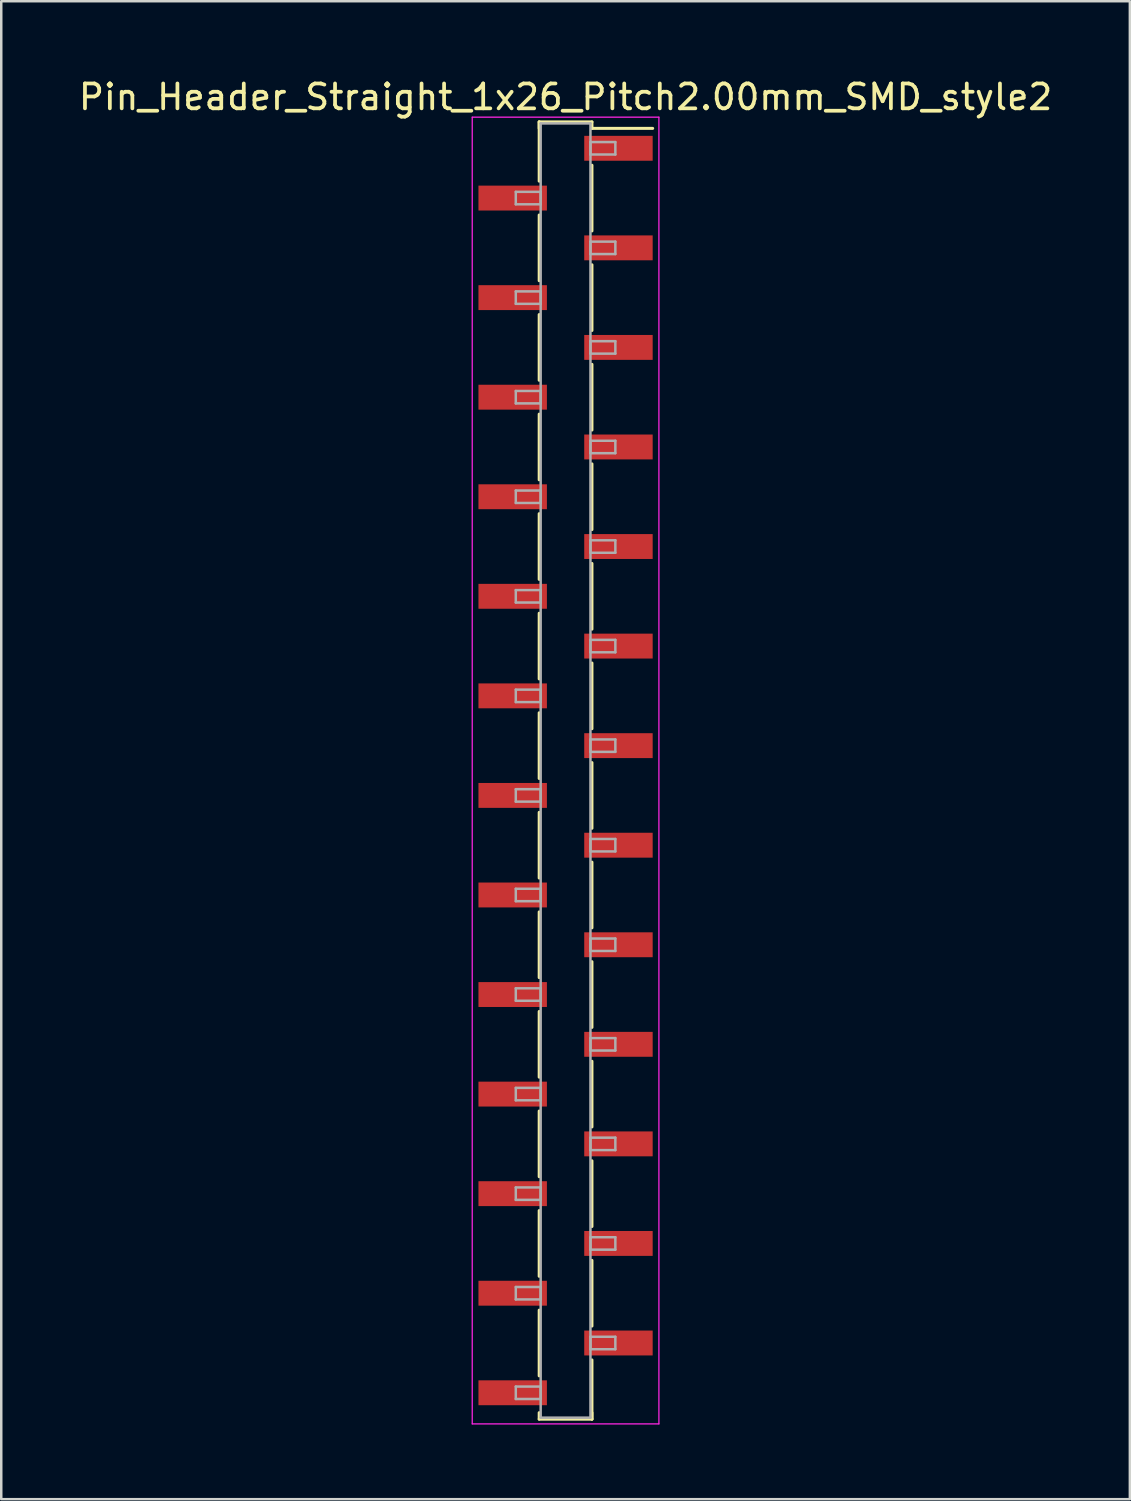
<source format=kicad_pcb>
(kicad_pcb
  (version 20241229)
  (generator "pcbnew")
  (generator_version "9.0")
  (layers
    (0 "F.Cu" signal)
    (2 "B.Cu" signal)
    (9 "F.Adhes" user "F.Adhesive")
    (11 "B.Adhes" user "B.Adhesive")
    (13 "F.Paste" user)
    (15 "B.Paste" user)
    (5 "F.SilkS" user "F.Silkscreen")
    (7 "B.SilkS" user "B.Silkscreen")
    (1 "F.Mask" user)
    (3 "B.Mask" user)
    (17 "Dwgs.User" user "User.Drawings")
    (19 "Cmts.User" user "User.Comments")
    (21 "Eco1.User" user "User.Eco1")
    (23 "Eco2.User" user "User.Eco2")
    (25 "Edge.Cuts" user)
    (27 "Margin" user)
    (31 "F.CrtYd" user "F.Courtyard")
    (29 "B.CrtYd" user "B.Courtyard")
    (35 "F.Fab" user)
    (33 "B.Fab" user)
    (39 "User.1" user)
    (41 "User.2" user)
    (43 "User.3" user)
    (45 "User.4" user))
  (footprint "Pin_Header_Straight_1x26_Pitch2.00mm_SMD_style2"
    (layer "F.Cu")
    (at 19.673 27.908)
    (property "Reference" "Pin_Header_Straight_1x26_Pitch2.00mm_SMD_style2" (at 0 -27.06 0) (layer "F.SilkS") (effects (font (size 1 1) (thickness 0.15))))
    (attr smd)
    (fp_line (start -1.06 -26.06) (end -1.06 -23.68) (stroke (width 0.12) (type solid)) (layer "F.SilkS"))
    (fp_line (start -1.06 -26.06) (end 1.06 -26.06) (stroke (width 0.12) (type solid)) (layer "F.SilkS"))
    (fp_line (start -1.06 -25.8) (end -1.06 -26.06) (stroke (width 0.12) (type solid)) (layer "F.SilkS"))
    (fp_line (start -1.06 -22.32) (end -1.06 -19.68) (stroke (width 0.12) (type solid)) (layer "F.SilkS"))
    (fp_line (start -1.06 -18.32) (end -1.06 -15.68) (stroke (width 0.12) (type solid)) (layer "F.SilkS"))
    (fp_line (start -1.06 -14.32) (end -1.06 -11.68) (stroke (width 0.12) (type solid)) (layer "F.SilkS"))
    (fp_line (start -1.06 -10.32) (end -1.06 -7.68) (stroke (width 0.12) (type solid)) (layer "F.SilkS"))
    (fp_line (start -1.06 -6.32) (end -1.06 -3.68) (stroke (width 0.12) (type solid)) (layer "F.SilkS"))
    (fp_line (start -1.06 -2.32) (end -1.06 0.32) (stroke (width 0.12) (type solid)) (layer "F.SilkS"))
    (fp_line (start -1.06 1.68) (end -1.06 4.32) (stroke (width 0.12) (type solid)) (layer "F.SilkS"))
    (fp_line (start -1.06 5.68) (end -1.06 8.32) (stroke (width 0.12) (type solid)) (layer "F.SilkS"))
    (fp_line (start -1.06 9.68) (end -1.06 12.32) (stroke (width 0.12) (type solid)) (layer "F.SilkS"))
    (fp_line (start -1.06 13.68) (end -1.06 16.32) (stroke (width 0.12) (type solid)) (layer "F.SilkS"))
    (fp_line (start -1.06 17.68) (end -1.06 20.32) (stroke (width 0.12) (type solid)) (layer "F.SilkS"))
    (fp_line (start -1.06 21.68) (end -1.06 24.32) (stroke (width 0.12) (type solid)) (layer "F.SilkS"))
    (fp_line (start -1.06 25.8) (end -1.06 26.06) (stroke (width 0.12) (type solid)) (layer "F.SilkS"))
    (fp_line (start -1.06 26.06) (end 1.06 26.06) (stroke (width 0.12) (type solid)) (layer "F.SilkS"))
    (fp_line (start 1.06 -26.06) (end 1.06 -25.8) (stroke (width 0.12) (type solid)) (layer "F.SilkS"))
    (fp_line (start 1.06 -25.8) (end 3.5 -25.8) (stroke (width 0.12) (type solid)) (layer "F.SilkS"))
    (fp_line (start 1.06 -24.32) (end 1.06 -21.68) (stroke (width 0.12) (type solid)) (layer "F.SilkS"))
    (fp_line (start 1.06 -20.32) (end 1.06 -17.68) (stroke (width 0.12) (type solid)) (layer "F.SilkS"))
    (fp_line (start 1.06 -16.32) (end 1.06 -13.68) (stroke (width 0.12) (type solid)) (layer "F.SilkS"))
    (fp_line (start 1.06 -12.32) (end 1.06 -9.68) (stroke (width 0.12) (type solid)) (layer "F.SilkS"))
    (fp_line (start 1.06 -8.32) (end 1.06 -5.68) (stroke (width 0.12) (type solid)) (layer "F.SilkS"))
    (fp_line (start 1.06 -4.32) (end 1.06 -1.68) (stroke (width 0.12) (type solid)) (layer "F.SilkS"))
    (fp_line (start 1.06 -0.32) (end 1.06 2.32) (stroke (width 0.12) (type solid)) (layer "F.SilkS"))
    (fp_line (start 1.06 3.68) (end 1.06 6.32) (stroke (width 0.12) (type solid)) (layer "F.SilkS"))
    (fp_line (start 1.06 7.68) (end 1.06 10.32) (stroke (width 0.12) (type solid)) (layer "F.SilkS"))
    (fp_line (start 1.06 11.68) (end 1.06 14.32) (stroke (width 0.12) (type solid)) (layer "F.SilkS"))
    (fp_line (start 1.06 15.68) (end 1.06 18.32) (stroke (width 0.12) (type solid)) (layer "F.SilkS"))
    (fp_line (start 1.06 19.68) (end 1.06 22.32) (stroke (width 0.12) (type solid)) (layer "F.SilkS"))
    (fp_line (start 1.06 23.68) (end 1.06 26.06) (stroke (width 0.12) (type solid)) (layer "F.SilkS"))
    (fp_line (start 1.06 26.06) (end 1.06 25.8) (stroke (width 0.12) (type solid)) (layer "F.SilkS"))
    (fp_line (start -3.75 -26.25) (end -3.75 26.25) (stroke (width 0.05) (type solid)) (layer "F.CrtYd"))
    (fp_line (start -3.75 26.25) (end 3.75 26.25) (stroke (width 0.05) (type solid)) (layer "F.CrtYd"))
    (fp_line (start 3.75 -26.25) (end -3.75 -26.25) (stroke (width 0.05) (type solid)) (layer "F.CrtYd"))
    (fp_line (start 3.75 26.25) (end 3.75 -26.25) (stroke (width 0.05) (type solid)) (layer "F.CrtYd"))
    (fp_line (start -2 -23.25) (end -1 -23.25) (stroke (width 0.1) (type solid)) (layer "F.Fab"))
    (fp_line (start -2 -22.75) (end -2 -23.25) (stroke (width 0.1) (type solid)) (layer "F.Fab"))
    (fp_line (start -2 -19.25) (end -1 -19.25) (stroke (width 0.1) (type solid)) (layer "F.Fab"))
    (fp_line (start -2 -18.75) (end -2 -19.25) (stroke (width 0.1) (type solid)) (layer "F.Fab"))
    (fp_line (start -2 -15.25) (end -1 -15.25) (stroke (width 0.1) (type solid)) (layer "F.Fab"))
    (fp_line (start -2 -14.75) (end -2 -15.25) (stroke (width 0.1) (type solid)) (layer "F.Fab"))
    (fp_line (start -2 -11.25) (end -1 -11.25) (stroke (width 0.1) (type solid)) (layer "F.Fab"))
    (fp_line (start -2 -10.75) (end -2 -11.25) (stroke (width 0.1) (type solid)) (layer "F.Fab"))
    (fp_line (start -2 -7.25) (end -1 -7.25) (stroke (width 0.1) (type solid)) (layer "F.Fab"))
    (fp_line (start -2 -6.75) (end -2 -7.25) (stroke (width 0.1) (type solid)) (layer "F.Fab"))
    (fp_line (start -2 -3.25) (end -1 -3.25) (stroke (width 0.1) (type solid)) (layer "F.Fab"))
    (fp_line (start -2 -2.75) (end -2 -3.25) (stroke (width 0.1) (type solid)) (layer "F.Fab"))
    (fp_line (start -2 0.75) (end -1 0.75) (stroke (width 0.1) (type solid)) (layer "F.Fab"))
    (fp_line (start -2 1.25) (end -2 0.75) (stroke (width 0.1) (type solid)) (layer "F.Fab"))
    (fp_line (start -2 4.75) (end -1 4.75) (stroke (width 0.1) (type solid)) (layer "F.Fab"))
    (fp_line (start -2 5.25) (end -2 4.75) (stroke (width 0.1) (type solid)) (layer "F.Fab"))
    (fp_line (start -2 8.75) (end -1 8.75) (stroke (width 0.1) (type solid)) (layer "F.Fab"))
    (fp_line (start -2 9.25) (end -2 8.75) (stroke (width 0.1) (type solid)) (layer "F.Fab"))
    (fp_line (start -2 12.75) (end -1 12.75) (stroke (width 0.1) (type solid)) (layer "F.Fab"))
    (fp_line (start -2 13.25) (end -2 12.75) (stroke (width 0.1) (type solid)) (layer "F.Fab"))
    (fp_line (start -2 16.75) (end -1 16.75) (stroke (width 0.1) (type solid)) (layer "F.Fab"))
    (fp_line (start -2 17.25) (end -2 16.75) (stroke (width 0.1) (type solid)) (layer "F.Fab"))
    (fp_line (start -2 20.75) (end -1 20.75) (stroke (width 0.1) (type solid)) (layer "F.Fab"))
    (fp_line (start -2 21.25) (end -2 20.75) (stroke (width 0.1) (type solid)) (layer "F.Fab"))
    (fp_line (start -2 24.75) (end -1 24.75) (stroke (width 0.1) (type solid)) (layer "F.Fab"))
    (fp_line (start -2 25.25) (end -2 24.75) (stroke (width 0.1) (type solid)) (layer "F.Fab"))
    (fp_line (start -1 -26) (end -1 26) (stroke (width 0.1) (type solid)) (layer "F.Fab"))
    (fp_line (start -1 -23.25) (end -1 -22.75) (stroke (width 0.1) (type solid)) (layer "F.Fab"))
    (fp_line (start -1 -22.75) (end -2 -22.75) (stroke (width 0.1) (type solid)) (layer "F.Fab"))
    (fp_line (start -1 -19.25) (end -1 -18.75) (stroke (width 0.1) (type solid)) (layer "F.Fab"))
    (fp_line (start -1 -18.75) (end -2 -18.75) (stroke (width 0.1) (type solid)) (layer "F.Fab"))
    (fp_line (start -1 -15.25) (end -1 -14.75) (stroke (width 0.1) (type solid)) (layer "F.Fab"))
    (fp_line (start -1 -14.75) (end -2 -14.75) (stroke (width 0.1) (type solid)) (layer "F.Fab"))
    (fp_line (start -1 -11.25) (end -1 -10.75) (stroke (width 0.1) (type solid)) (layer "F.Fab"))
    (fp_line (start -1 -10.75) (end -2 -10.75) (stroke (width 0.1) (type solid)) (layer "F.Fab"))
    (fp_line (start -1 -7.25) (end -1 -6.75) (stroke (width 0.1) (type solid)) (layer "F.Fab"))
    (fp_line (start -1 -6.75) (end -2 -6.75) (stroke (width 0.1) (type solid)) (layer "F.Fab"))
    (fp_line (start -1 -3.25) (end -1 -2.75) (stroke (width 0.1) (type solid)) (layer "F.Fab"))
    (fp_line (start -1 -2.75) (end -2 -2.75) (stroke (width 0.1) (type solid)) (layer "F.Fab"))
    (fp_line (start -1 0.75) (end -1 1.25) (stroke (width 0.1) (type solid)) (layer "F.Fab"))
    (fp_line (start -1 1.25) (end -2 1.25) (stroke (width 0.1) (type solid)) (layer "F.Fab"))
    (fp_line (start -1 4.75) (end -1 5.25) (stroke (width 0.1) (type solid)) (layer "F.Fab"))
    (fp_line (start -1 5.25) (end -2 5.25) (stroke (width 0.1) (type solid)) (layer "F.Fab"))
    (fp_line (start -1 8.75) (end -1 9.25) (stroke (width 0.1) (type solid)) (layer "F.Fab"))
    (fp_line (start -1 9.25) (end -2 9.25) (stroke (width 0.1) (type solid)) (layer "F.Fab"))
    (fp_line (start -1 12.75) (end -1 13.25) (stroke (width 0.1) (type solid)) (layer "F.Fab"))
    (fp_line (start -1 13.25) (end -2 13.25) (stroke (width 0.1) (type solid)) (layer "F.Fab"))
    (fp_line (start -1 16.75) (end -1 17.25) (stroke (width 0.1) (type solid)) (layer "F.Fab"))
    (fp_line (start -1 17.25) (end -2 17.25) (stroke (width 0.1) (type solid)) (layer "F.Fab"))
    (fp_line (start -1 20.75) (end -1 21.25) (stroke (width 0.1) (type solid)) (layer "F.Fab"))
    (fp_line (start -1 21.25) (end -2 21.25) (stroke (width 0.1) (type solid)) (layer "F.Fab"))
    (fp_line (start -1 24.75) (end -1 25.25) (stroke (width 0.1) (type solid)) (layer "F.Fab"))
    (fp_line (start -1 25.25) (end -2 25.25) (stroke (width 0.1) (type solid)) (layer "F.Fab"))
    (fp_line (start -1 26) (end 1 26) (stroke (width 0.1) (type solid)) (layer "F.Fab"))
    (fp_line (start 1 -26) (end -1 -26) (stroke (width 0.1) (type solid)) (layer "F.Fab"))
    (fp_line (start 1 -25.25) (end 1 -24.75) (stroke (width 0.1) (type solid)) (layer "F.Fab"))
    (fp_line (start 1 -24.75) (end 2 -24.75) (stroke (width 0.1) (type solid)) (layer "F.Fab"))
    (fp_line (start 1 -21.25) (end 1 -20.75) (stroke (width 0.1) (type solid)) (layer "F.Fab"))
    (fp_line (start 1 -20.75) (end 2 -20.75) (stroke (width 0.1) (type solid)) (layer "F.Fab"))
    (fp_line (start 1 -17.25) (end 1 -16.75) (stroke (width 0.1) (type solid)) (layer "F.Fab"))
    (fp_line (start 1 -16.75) (end 2 -16.75) (stroke (width 0.1) (type solid)) (layer "F.Fab"))
    (fp_line (start 1 -13.25) (end 1 -12.75) (stroke (width 0.1) (type solid)) (layer "F.Fab"))
    (fp_line (start 1 -12.75) (end 2 -12.75) (stroke (width 0.1) (type solid)) (layer "F.Fab"))
    (fp_line (start 1 -9.25) (end 1 -8.75) (stroke (width 0.1) (type solid)) (layer "F.Fab"))
    (fp_line (start 1 -8.75) (end 2 -8.75) (stroke (width 0.1) (type solid)) (layer "F.Fab"))
    (fp_line (start 1 -5.25) (end 1 -4.75) (stroke (width 0.1) (type solid)) (layer "F.Fab"))
    (fp_line (start 1 -4.75) (end 2 -4.75) (stroke (width 0.1) (type solid)) (layer "F.Fab"))
    (fp_line (start 1 -1.25) (end 1 -0.75) (stroke (width 0.1) (type solid)) (layer "F.Fab"))
    (fp_line (start 1 -0.75) (end 2 -0.75) (stroke (width 0.1) (type solid)) (layer "F.Fab"))
    (fp_line (start 1 2.75) (end 1 3.25) (stroke (width 0.1) (type solid)) (layer "F.Fab"))
    (fp_line (start 1 3.25) (end 2 3.25) (stroke (width 0.1) (type solid)) (layer "F.Fab"))
    (fp_line (start 1 6.75) (end 1 7.25) (stroke (width 0.1) (type solid)) (layer "F.Fab"))
    (fp_line (start 1 7.25) (end 2 7.25) (stroke (width 0.1) (type solid)) (layer "F.Fab"))
    (fp_line (start 1 10.75) (end 1 11.25) (stroke (width 0.1) (type solid)) (layer "F.Fab"))
    (fp_line (start 1 11.25) (end 2 11.25) (stroke (width 0.1) (type solid)) (layer "F.Fab"))
    (fp_line (start 1 14.75) (end 1 15.25) (stroke (width 0.1) (type solid)) (layer "F.Fab"))
    (fp_line (start 1 15.25) (end 2 15.25) (stroke (width 0.1) (type solid)) (layer "F.Fab"))
    (fp_line (start 1 18.75) (end 1 19.25) (stroke (width 0.1) (type solid)) (layer "F.Fab"))
    (fp_line (start 1 19.25) (end 2 19.25) (stroke (width 0.1) (type solid)) (layer "F.Fab"))
    (fp_line (start 1 22.75) (end 1 23.25) (stroke (width 0.1) (type solid)) (layer "F.Fab"))
    (fp_line (start 1 23.25) (end 2 23.25) (stroke (width 0.1) (type solid)) (layer "F.Fab"))
    (fp_line (start 1 26) (end 1 -26) (stroke (width 0.1) (type solid)) (layer "F.Fab"))
    (fp_line (start 2 -25.25) (end 1 -25.25) (stroke (width 0.1) (type solid)) (layer "F.Fab"))
    (fp_line (start 2 -24.75) (end 2 -25.25) (stroke (width 0.1) (type solid)) (layer "F.Fab"))
    (fp_line (start 2 -21.25) (end 1 -21.25) (stroke (width 0.1) (type solid)) (layer "F.Fab"))
    (fp_line (start 2 -20.75) (end 2 -21.25) (stroke (width 0.1) (type solid)) (layer "F.Fab"))
    (fp_line (start 2 -17.25) (end 1 -17.25) (stroke (width 0.1) (type solid)) (layer "F.Fab"))
    (fp_line (start 2 -16.75) (end 2 -17.25) (stroke (width 0.1) (type solid)) (layer "F.Fab"))
    (fp_line (start 2 -13.25) (end 1 -13.25) (stroke (width 0.1) (type solid)) (layer "F.Fab"))
    (fp_line (start 2 -12.75) (end 2 -13.25) (stroke (width 0.1) (type solid)) (layer "F.Fab"))
    (fp_line (start 2 -9.25) (end 1 -9.25) (stroke (width 0.1) (type solid)) (layer "F.Fab"))
    (fp_line (start 2 -8.75) (end 2 -9.25) (stroke (width 0.1) (type solid)) (layer "F.Fab"))
    (fp_line (start 2 -5.25) (end 1 -5.25) (stroke (width 0.1) (type solid)) (layer "F.Fab"))
    (fp_line (start 2 -4.75) (end 2 -5.25) (stroke (width 0.1) (type solid)) (layer "F.Fab"))
    (fp_line (start 2 -1.25) (end 1 -1.25) (stroke (width 0.1) (type solid)) (layer "F.Fab"))
    (fp_line (start 2 -0.75) (end 2 -1.25) (stroke (width 0.1) (type solid)) (layer "F.Fab"))
    (fp_line (start 2 2.75) (end 1 2.75) (stroke (width 0.1) (type solid)) (layer "F.Fab"))
    (fp_line (start 2 3.25) (end 2 2.75) (stroke (width 0.1) (type solid)) (layer "F.Fab"))
    (fp_line (start 2 6.75) (end 1 6.75) (stroke (width 0.1) (type solid)) (layer "F.Fab"))
    (fp_line (start 2 7.25) (end 2 6.75) (stroke (width 0.1) (type solid)) (layer "F.Fab"))
    (fp_line (start 2 10.75) (end 1 10.75) (stroke (width 0.1) (type solid)) (layer "F.Fab"))
    (fp_line (start 2 11.25) (end 2 10.75) (stroke (width 0.1) (type solid)) (layer "F.Fab"))
    (fp_line (start 2 14.75) (end 1 14.75) (stroke (width 0.1) (type solid)) (layer "F.Fab"))
    (fp_line (start 2 15.25) (end 2 14.75) (stroke (width 0.1) (type solid)) (layer "F.Fab"))
    (fp_line (start 2 18.75) (end 1 18.75) (stroke (width 0.1) (type solid)) (layer "F.Fab"))
    (fp_line (start 2 19.25) (end 2 18.75) (stroke (width 0.1) (type solid)) (layer "F.Fab"))
    (fp_line (start 2 22.75) (end 1 22.75) (stroke (width 0.1) (type solid)) (layer "F.Fab"))
    (fp_line (start 2 23.25) (end 2 22.75) (stroke (width 0.1) (type solid)) (layer "F.Fab"))
    (pad "1" smd rect (at 2.125 -25) (size 2.75 1) (layers "F.Cu" "F.Mask"))
    (pad "2" smd rect (at -2.125 -23) (size 2.75 1) (layers "F.Cu" "F.Mask"))
    (pad "3" smd rect (at 2.125 -21) (size 2.75 1) (layers "F.Cu" "F.Mask"))
    (pad "4" smd rect (at -2.125 -19) (size 2.75 1) (layers "F.Cu" "F.Mask"))
    (pad "5" smd rect (at 2.125 -17) (size 2.75 1) (layers "F.Cu" "F.Mask"))
    (pad "6" smd rect (at -2.125 -15) (size 2.75 1) (layers "F.Cu" "F.Mask"))
    (pad "7" smd rect (at 2.125 -13) (size 2.75 1) (layers "F.Cu" "F.Mask"))
    (pad "8" smd rect (at -2.125 -11) (size 2.75 1) (layers "F.Cu" "F.Mask"))
    (pad "9" smd rect (at 2.125 -9) (size 2.75 1) (layers "F.Cu" "F.Mask"))
    (pad "10" smd rect (at -2.125 -7) (size 2.75 1) (layers "F.Cu" "F.Mask"))
    (pad "11" smd rect (at 2.125 -5) (size 2.75 1) (layers "F.Cu" "F.Mask"))
    (pad "12" smd rect (at -2.125 -3) (size 2.75 1) (layers "F.Cu" "F.Mask"))
    (pad "13" smd rect (at 2.125 -1) (size 2.75 1) (layers "F.Cu" "F.Mask"))
    (pad "14" smd rect (at -2.125 1) (size 2.75 1) (layers "F.Cu" "F.Mask"))
    (pad "15" smd rect (at 2.125 3) (size 2.75 1) (layers "F.Cu" "F.Mask"))
    (pad "16" smd rect (at -2.125 5) (size 2.75 1) (layers "F.Cu" "F.Mask"))
    (pad "17" smd rect (at 2.125 7) (size 2.75 1) (layers "F.Cu" "F.Mask"))
    (pad "18" smd rect (at -2.125 9) (size 2.75 1) (layers "F.Cu" "F.Mask"))
    (pad "19" smd rect (at 2.125 11) (size 2.75 1) (layers "F.Cu" "F.Mask"))
    (pad "20" smd rect (at -2.125 13) (size 2.75 1) (layers "F.Cu" "F.Mask"))
    (pad "21" smd rect (at 2.125 15) (size 2.75 1) (layers "F.Cu" "F.Mask"))
    (pad "22" smd rect (at -2.125 17) (size 2.75 1) (layers "F.Cu" "F.Mask"))
    (pad "23" smd rect (at 2.125 19) (size 2.75 1) (layers "F.Cu" "F.Mask"))
    (pad "24" smd rect (at -2.125 21) (size 2.75 1) (layers "F.Cu" "F.Mask"))
    (pad "25" smd rect (at 2.125 23) (size 2.75 1) (layers "F.Cu" "F.Mask"))
    (pad "26" smd rect (at -2.125 25) (size 2.75 1) (layers "F.Cu" "F.Mask")))
  (gr_rect
    (start -3 -3)
    (end 42.345 57.183)
    (stroke (width 0.1) (type default))
    (fill no)
    (layer "Edge.Cuts")))
</source>
